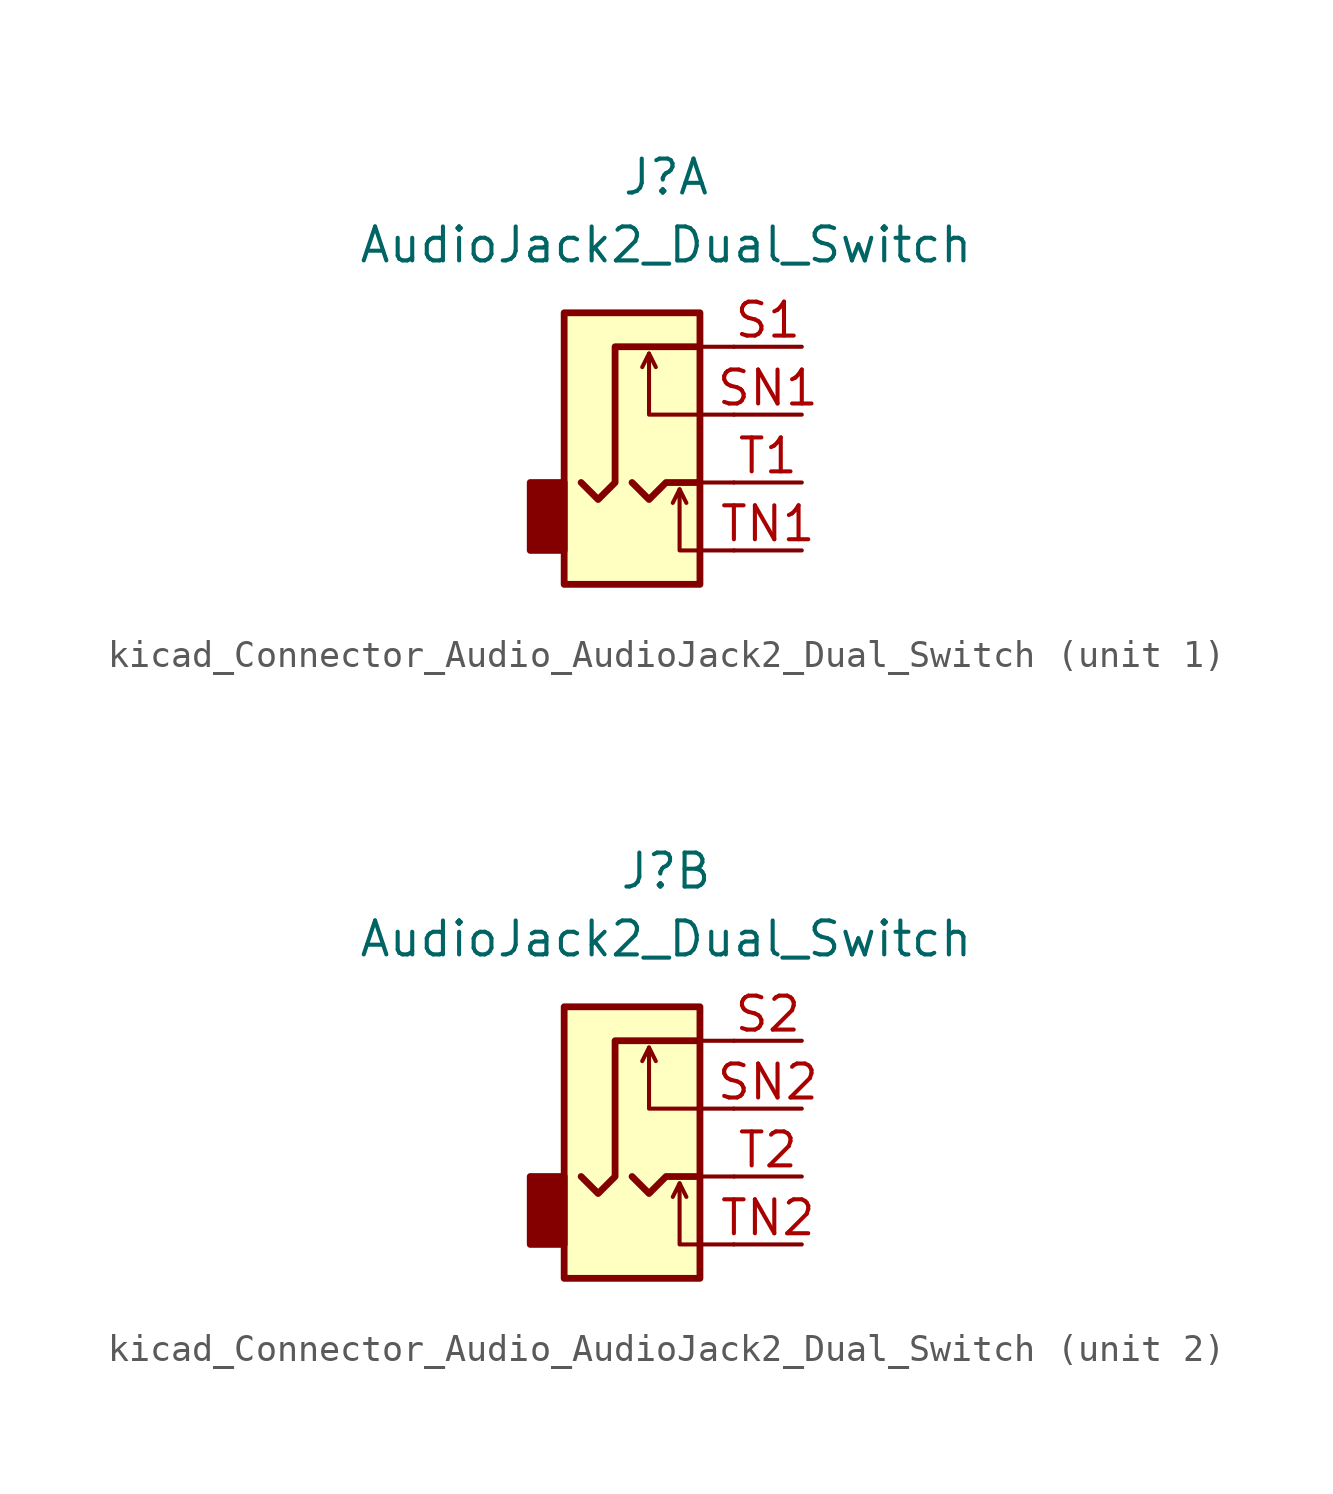
<source format=kicad_sym>
(kicad_symbol_lib
  (version 20220914)
  (generator kicad_symbol_editor)
  (symbol "kicad_Connector_Audio_AudioJack2_Dual_Switch"
    (property "Reference" "J"
      (at 0 11.43 0)
      (effects (font (size 1.27 1.27))))
    (property "Value" "AudioJack2_Dual_Switch"
      (at 0 8.89 0)
      (effects (font (size 1.27 1.27))))
    (symbol "kicad_Connector_Audio_AudioJack2_Dual_Switch_0_1"
      (rectangle (start -3.81 -2.54) (end -5.08 0) (stroke (width 0.254) (type default)) (fill (type outline)))
      (polyline (pts (xy -0.635 4.826) (xy -0.381 4.318)) (stroke (width 0) (type default)) (fill (type none)))
      (polyline (pts (xy 0.508 -0.254) (xy 0.762 -0.762)) (stroke (width 0) (type default)) (fill (type none)))
      (polyline (pts (xy 1.27 -2.54) (xy 2.54 -2.54)) (stroke (width 0) (type default)) (fill (type none)))
      (polyline (pts (xy 1.27 2.54) (xy 2.54 2.54)) (stroke (width 0) (type default)) (fill (type none)))
      (polyline (pts (xy 2.54 0) (xy 1.27 0)) (stroke (width 0) (type default)) (fill (type none)))
      (polyline (pts (xy 2.54 5.08) (xy 1.27 5.08)) (stroke (width 0) (type default)) (fill (type none)))
      (polyline (pts (xy -1.27 0) (xy -0.635 -0.635) (xy 0 0) (xy 1.27 0)) (stroke (width 0.254) (type default)) (fill (type none)))
      (polyline (pts (xy 1.27 -2.54) (xy 0.508 -2.54) (xy 0.508 -0.254) (xy 0.254 -0.762)) (stroke (width 0) (type default)) (fill (type none)))
      (polyline (pts (xy 1.27 2.54) (xy -0.635 2.54) (xy -0.635 4.826) (xy -0.889 4.318)) (stroke (width 0) (type default)) (fill (type none)))
      (polyline (pts (xy 1.27 5.08) (xy -1.905 5.08) (xy -1.905 0) (xy -2.54 -0.635) (xy -3.175 0)) (stroke (width 0.254) (type default)) (fill (type none)))
      (rectangle (start 1.27 6.35) (end -3.81 -3.81) (stroke (width 0.254) (type default)) (fill (type background))))
    (symbol "kicad_Connector_Audio_AudioJack2_Dual_Switch_1_1"
      (pin passive line (at 5.08 5.08 180) (length 2.54) (name "~" (effects (font (size 1.27 1.27)))) (number "S1" (effects (font (size 1.27 1.27)))))
      (pin passive line (at 5.08 2.54 180) (length 2.54) (name "~" (effects (font (size 1.27 1.27)))) (number "SN1" (effects (font (size 1.27 1.27)))))
      (pin passive line (at 5.08 0 180) (length 2.54) (name "~" (effects (font (size 1.27 1.27)))) (number "T1" (effects (font (size 1.27 1.27)))))
      (pin passive line (at 5.08 -2.54 180) (length 2.54) (name "~" (effects (font (size 1.27 1.27)))) (number "TN1" (effects (font (size 1.27 1.27))))))
    (symbol "kicad_Connector_Audio_AudioJack2_Dual_Switch_2_1"
      (pin passive line (at 5.08 5.08 180) (length 2.54) (name "~" (effects (font (size 1.27 1.27)))) (number "S2" (effects (font (size 1.27 1.27)))))
      (pin passive line (at 5.08 2.54 180) (length 2.54) (name "~" (effects (font (size 1.27 1.27)))) (number "SN2" (effects (font (size 1.27 1.27)))))
      (pin passive line (at 5.08 0 180) (length 2.54) (name "~" (effects (font (size 1.27 1.27)))) (number "T2" (effects (font (size 1.27 1.27)))))
      (pin passive line (at 5.08 -2.54 180) (length 2.54) (name "~" (effects (font (size 1.27 1.27)))) (number "TN2" (effects (font (size 1.27 1.27))))))))
</source>
